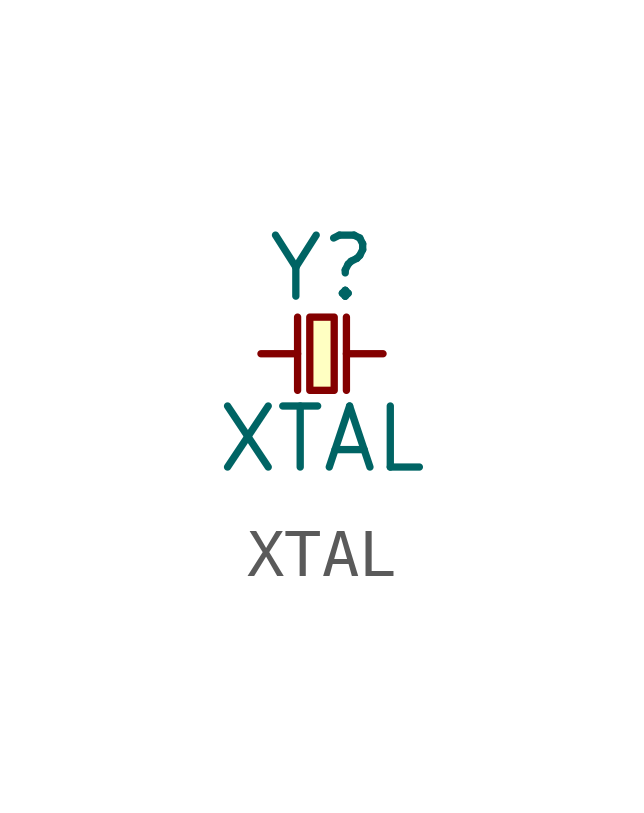
<source format=kicad_sym>
(kicad_symbol_lib
  (version 20211014)
  (generator kicad_symbol_editor)
  (symbol "XTAL"
    (pin_numbers hide)
    (pin_names
      (offset 1.016) hide)
    (property "Reference" "Y"
      (at 1.27 1.778 0)
      (effects (font (size 1.27 1.27))))
    (property "Value" "XTAL"
      (at 1.27 -1.778 0)
      (effects (font (size 1.27 1.27))))
    (symbol "XTAL_0_1"
      (polyline (pts (xy 0.762 0.762) (xy 0.762 -0.762)) (stroke (width 0) (type default) (color 0 0 0 0)) (fill (type none)))
      (polyline (pts (xy 1.778 0.762) (xy 1.778 -0.762)) (stroke (width 0) (type default) (color 0 0 0 0)) (fill (type none)))
      (rectangle (start 1.016 0.762) (end 1.524 -0.762) (stroke (width 0) (type default) (color 0 0 0 0)) (fill (type background))))
    (symbol "XTAL_1_1"
      (pin passive line (at 0 0 0) (length 0.762) (name "~" (effects (font (size 1.27 1.27)))) (number "1" (effects (font (size 1.27 1.27)))))
      (pin passive line (at 2.54 0 180) (length 0.762) (name "~" (effects (font (size 1.27 1.27)))) (number "2" (effects (font (size 1.27 1.27))))))))
</source>
